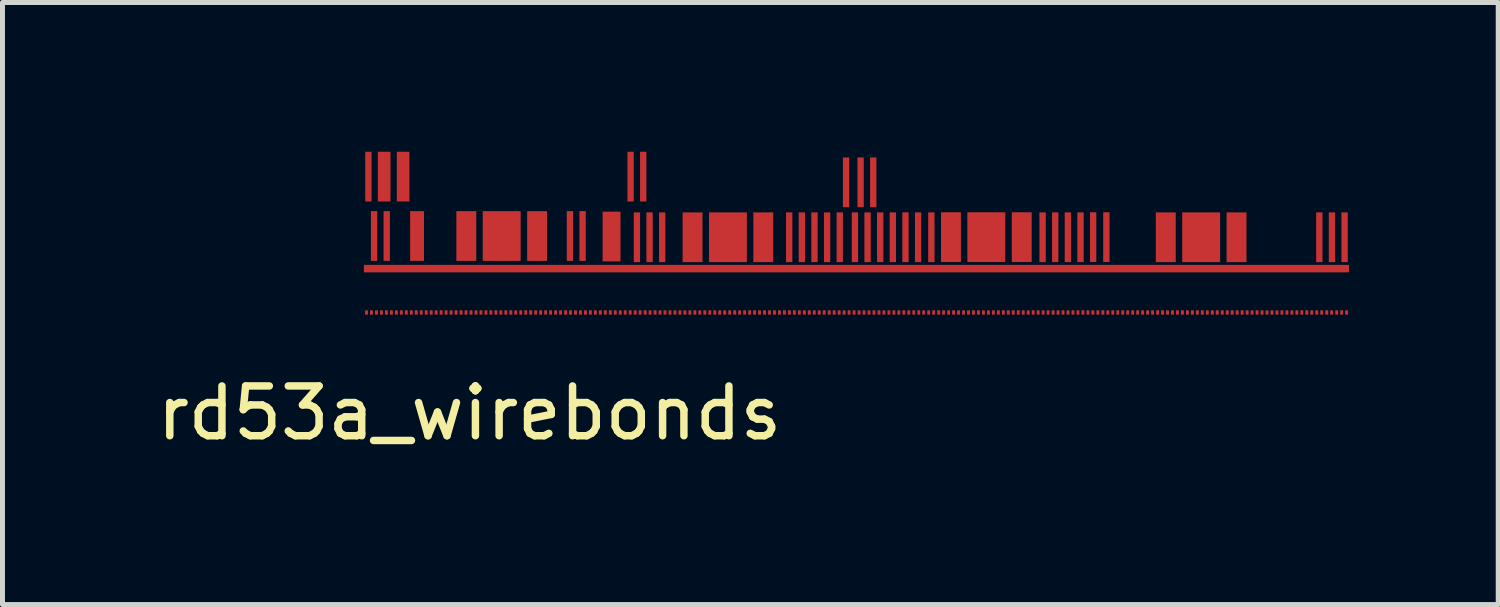
<source format=kicad_pcb>
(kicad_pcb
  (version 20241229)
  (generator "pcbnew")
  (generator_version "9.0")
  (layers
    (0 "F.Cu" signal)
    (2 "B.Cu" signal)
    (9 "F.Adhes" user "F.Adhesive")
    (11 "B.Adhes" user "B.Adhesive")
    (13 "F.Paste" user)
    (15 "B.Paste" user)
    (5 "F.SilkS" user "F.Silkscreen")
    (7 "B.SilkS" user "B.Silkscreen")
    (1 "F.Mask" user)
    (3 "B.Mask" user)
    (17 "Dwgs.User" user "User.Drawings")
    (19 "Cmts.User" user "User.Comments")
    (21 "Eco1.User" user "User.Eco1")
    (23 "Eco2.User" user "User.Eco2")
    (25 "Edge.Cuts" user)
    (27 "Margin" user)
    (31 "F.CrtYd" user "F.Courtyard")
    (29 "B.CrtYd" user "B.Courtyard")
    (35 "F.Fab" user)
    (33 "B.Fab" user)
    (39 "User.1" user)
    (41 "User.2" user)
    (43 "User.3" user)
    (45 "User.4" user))
  (footprint "rd53a_wirebonds"
    (layer "F.Cu")
    (at 4.342 2.583)
    (property "Reference" "rd53a_wirebonds" (at 2.045 2.67 0) (layer "F.SilkS") (effects (font (size 1 1) (thickness 0.15))))
    (attr through_hole)
    (pad "1" smd rect (at -0.025 0.648) (size 0.058 0.086) (layers "F.Cu" "F.Mask" "F.Paste"))
    (pad "1" smd rect (at 0.013 -2.083) (size 0.127 1) (layers "F.Cu" "F.Mask" "F.Paste"))
    (pad "1" smd rect (at 9.822 -0.234) (size 19.8 0.15) (layers "F.Cu" "F.Mask" "F.Paste"))
    (pad "2" smd rect (at 0.075 0.648) (size 0.058 0.086) (layers "F.Cu" "F.Mask" "F.Paste"))
    (pad "2" smd rect (at 0.33 -2.083) (size 0.254 1) (layers "F.Cu" "F.Mask" "F.Paste"))
    (pad "3" smd rect (at 0.175 0.648) (size 0.058 0.086) (layers "F.Cu" "F.Mask" "F.Paste"))
    (pad "4" smd rect (at 0.127 -0.889) (size 0.127 1) (layers "F.Cu" "F.Mask" "F.Paste"))
    (pad "4" smd rect (at 0.275 0.648) (size 0.058 0.086) (layers "F.Cu" "F.Mask" "F.Paste"))
    (pad "5" smd rect (at 0.375 0.648) (size 0.058 0.086) (layers "F.Cu" "F.Mask" "F.Paste"))
    (pad "5" smd rect (at 0.381 -0.889) (size 0.127 1) (layers "F.Cu" "F.Mask" "F.Paste"))
    (pad "6" smd rect (at 0.475 0.648) (size 0.058 0.086) (layers "F.Cu" "F.Mask" "F.Paste"))
    (pad "7" smd rect (at 0.575 0.648) (size 0.058 0.086) (layers "F.Cu" "F.Mask" "F.Paste"))
    (pad "8" smd rect (at 0.675 0.648) (size 0.058 0.086) (layers "F.Cu" "F.Mask" "F.Paste"))
    (pad "8" smd rect (at 0.711 -2.083) (size 0.254 1) (layers "F.Cu" "F.Mask" "F.Paste"))
    (pad "9" smd rect (at 0.775 0.648) (size 0.058 0.086) (layers "F.Cu" "F.Mask" "F.Paste"))
    (pad "10" smd rect (at 0.875 0.648) (size 0.058 0.086) (layers "F.Cu" "F.Mask" "F.Paste"))
    (pad "10" smd rect (at 0.991 -0.889) (size 0.279 1) (layers "F.Cu" "F.Mask" "F.Paste"))
    (pad "11" smd rect (at 0.975 0.648) (size 0.058 0.086) (layers "F.Cu" "F.Mask" "F.Paste"))
    (pad "12" smd rect (at 1.075 0.648) (size 0.058 0.086) (layers "F.Cu" "F.Mask" "F.Paste"))
    (pad "13" smd rect (at 1.175 0.648) (size 0.058 0.086) (layers "F.Cu" "F.Mask" "F.Paste"))
    (pad "14" smd rect (at 1.275 0.648) (size 0.058 0.086) (layers "F.Cu" "F.Mask" "F.Paste"))
    (pad "15" smd rect (at 1.375 0.648) (size 0.058 0.086) (layers "F.Cu" "F.Mask" "F.Paste"))
    (pad "16" smd rect (at 1.475 0.648) (size 0.058 0.086) (layers "F.Cu" "F.Mask" "F.Paste"))
    (pad "17" smd rect (at 1.575 0.648) (size 0.058 0.086) (layers "F.Cu" "F.Mask" "F.Paste"))
    (pad "18" smd rect (at 1.675 0.648) (size 0.058 0.086) (layers "F.Cu" "F.Mask" "F.Paste"))
    (pad "19" smd rect (at 1.775 0.648) (size 0.058 0.086) (layers "F.Cu" "F.Mask" "F.Paste"))
    (pad "20" smd rect (at 1.875 0.648) (size 0.058 0.086) (layers "F.Cu" "F.Mask" "F.Paste"))
    (pad "20" smd rect (at 1.981 -0.889) (size 0.4 1) (layers "F.Cu" "F.Mask" "F.Paste"))
    (pad "21" smd rect (at 1.975 0.648) (size 0.058 0.086) (layers "F.Cu" "F.Mask" "F.Paste"))
    (pad "22" smd rect (at 2.075 0.648) (size 0.058 0.086) (layers "F.Cu" "F.Mask" "F.Paste"))
    (pad "23" smd rect (at 2.175 0.648) (size 0.058 0.086) (layers "F.Cu" "F.Mask" "F.Paste"))
    (pad "24" smd rect (at 2.275 0.648) (size 0.058 0.086) (layers "F.Cu" "F.Mask" "F.Paste"))
    (pad "25" smd rect (at 2.375 0.648) (size 0.058 0.086) (layers "F.Cu" "F.Mask" "F.Paste"))
    (pad "25" smd rect (at 2.692 -0.889) (size 0.762 1) (layers "F.Cu" "F.Mask" "F.Paste"))
    (pad "26" smd rect (at 2.475 0.648) (size 0.058 0.086) (layers "F.Cu" "F.Mask" "F.Paste"))
    (pad "27" smd rect (at 2.575 0.648) (size 0.058 0.086) (layers "F.Cu" "F.Mask" "F.Paste"))
    (pad "28" smd rect (at 2.675 0.648) (size 0.058 0.086) (layers "F.Cu" "F.Mask" "F.Paste"))
    (pad "29" smd rect (at 2.775 0.648) (size 0.058 0.086) (layers "F.Cu" "F.Mask" "F.Paste"))
    (pad "30" smd rect (at 2.875 0.648) (size 0.058 0.086) (layers "F.Cu" "F.Mask" "F.Paste"))
    (pad "31" smd rect (at 2.975 0.648) (size 0.058 0.086) (layers "F.Cu" "F.Mask" "F.Paste"))
    (pad "32" smd rect (at 3.075 0.648) (size 0.058 0.086) (layers "F.Cu" "F.Mask" "F.Paste"))
    (pad "33" smd rect (at 3.175 0.648) (size 0.058 0.086) (layers "F.Cu" "F.Mask" "F.Paste"))
    (pad "33" smd rect (at 3.404 -0.889) (size 0.4 1) (layers "F.Cu" "F.Mask" "F.Paste"))
    (pad "34" smd rect (at 3.275 0.648) (size 0.058 0.086) (layers "F.Cu" "F.Mask" "F.Paste"))
    (pad "35" smd rect (at 3.375 0.648) (size 0.058 0.086) (layers "F.Cu" "F.Mask" "F.Paste"))
    (pad "36" smd rect (at 3.475 0.648) (size 0.058 0.086) (layers "F.Cu" "F.Mask" "F.Paste"))
    (pad "37" smd rect (at 3.575 0.648) (size 0.058 0.086) (layers "F.Cu" "F.Mask" "F.Paste"))
    (pad "38" smd rect (at 3.675 0.648) (size 0.058 0.086) (layers "F.Cu" "F.Mask" "F.Paste"))
    (pad "39" smd rect (at 3.775 0.648) (size 0.058 0.086) (layers "F.Cu" "F.Mask" "F.Paste"))
    (pad "40" smd rect (at 3.875 0.648) (size 0.058 0.086) (layers "F.Cu" "F.Mask" "F.Paste"))
    (pad "41" smd rect (at 3.975 0.648) (size 0.058 0.086) (layers "F.Cu" "F.Mask" "F.Paste"))
    (pad "42" smd rect (at 4.075 0.648) (size 0.058 0.086) (layers "F.Cu" "F.Mask" "F.Paste"))
    (pad "43" smd rect (at 4.064 -0.889) (size 0.127 1) (layers "F.Cu" "F.Mask" "F.Paste"))
    (pad "43" smd rect (at 4.175 0.648) (size 0.058 0.086) (layers "F.Cu" "F.Mask" "F.Paste"))
    (pad "44" smd rect (at 4.275 0.648) (size 0.058 0.086) (layers "F.Cu" "F.Mask" "F.Paste"))
    (pad "44" smd rect (at 4.318 -0.889) (size 0.127 1) (layers "F.Cu" "F.Mask" "F.Paste"))
    (pad "45" smd rect (at 4.375 0.648) (size 0.058 0.086) (layers "F.Cu" "F.Mask" "F.Paste"))
    (pad "46" smd rect (at 4.475 0.648) (size 0.058 0.086) (layers "F.Cu" "F.Mask" "F.Paste"))
    (pad "47" smd rect (at 4.575 0.648) (size 0.058 0.086) (layers "F.Cu" "F.Mask" "F.Paste"))
    (pad "48" smd rect (at 4.675 0.648) (size 0.058 0.086) (layers "F.Cu" "F.Mask" "F.Paste"))
    (pad "49" smd rect (at 4.775 0.648) (size 0.058 0.086) (layers "F.Cu" "F.Mask" "F.Paste"))
    (pad "50" smd rect (at 4.875 0.648) (size 0.058 0.086) (layers "F.Cu" "F.Mask" "F.Paste"))
    (pad "51" smd rect (at 4.975 0.648) (size 0.058 0.086) (layers "F.Cu" "F.Mask" "F.Paste"))
    (pad "52" smd rect (at 4.9 -0.879) (size 0.36 1) (layers "F.Cu" "F.Mask" "F.Paste"))
    (pad "52" smd rect (at 5.075 0.648) (size 0.058 0.086) (layers "F.Cu" "F.Mask" "F.Paste"))
    (pad "53" smd rect (at 5.175 0.648) (size 0.058 0.086) (layers "F.Cu" "F.Mask" "F.Paste"))
    (pad "54" smd rect (at 5.275 0.648) (size 0.058 0.086) (layers "F.Cu" "F.Mask" "F.Paste"))
    (pad "55" smd rect (at 5.283 -2.083) (size 0.127 1) (layers "F.Cu" "F.Mask" "F.Paste"))
    (pad "55" smd rect (at 5.375 0.648) (size 0.058 0.086) (layers "F.Cu" "F.Mask" "F.Paste"))
    (pad "56" smd rect (at 5.475 0.648) (size 0.058 0.086) (layers "F.Cu" "F.Mask" "F.Paste"))
    (pad "56" smd rect (at 5.537 -2.083) (size 0.127 1) (layers "F.Cu" "F.Mask" "F.Paste"))
    (pad "57" smd rect (at 5.41 -0.864) (size 0.127 1) (layers "F.Cu" "F.Mask" "F.Paste"))
    (pad "57" smd rect (at 5.575 0.648) (size 0.058 0.086) (layers "F.Cu" "F.Mask" "F.Paste"))
    (pad "58" smd rect (at 5.664 -0.864) (size 0.127 1) (layers "F.Cu" "F.Mask" "F.Paste"))
    (pad "58" smd rect (at 5.675 0.648) (size 0.058 0.086) (layers "F.Cu" "F.Mask" "F.Paste"))
    (pad "59" smd rect (at 5.775 0.648) (size 0.058 0.086) (layers "F.Cu" "F.Mask" "F.Paste"))
    (pad "59" smd rect (at 5.918 -0.864) (size 0.127 1) (layers "F.Cu" "F.Mask" "F.Paste"))
    (pad "60" smd rect (at 5.875 0.648) (size 0.058 0.086) (layers "F.Cu" "F.Mask" "F.Paste"))
    (pad "61" smd rect (at 5.975 0.648) (size 0.058 0.086) (layers "F.Cu" "F.Mask" "F.Paste"))
    (pad "62" smd rect (at 6.075 0.648) (size 0.058 0.086) (layers "F.Cu" "F.Mask" "F.Paste"))
    (pad "63" smd rect (at 6.175 0.648) (size 0.058 0.086) (layers "F.Cu" "F.Mask" "F.Paste"))
    (pad "64" smd rect (at 6.275 0.648) (size 0.058 0.086) (layers "F.Cu" "F.Mask" "F.Paste"))
    (pad "65" smd rect (at 6.375 0.648) (size 0.058 0.086) (layers "F.Cu" "F.Mask" "F.Paste"))
    (pad "65" smd rect (at 6.528 -0.864) (size 0.4 1) (layers "F.Cu" "F.Mask" "F.Paste"))
    (pad "66" smd rect (at 6.475 0.648) (size 0.058 0.086) (layers "F.Cu" "F.Mask" "F.Paste"))
    (pad "67" smd rect (at 6.575 0.648) (size 0.058 0.086) (layers "F.Cu" "F.Mask" "F.Paste"))
    (pad "68" smd rect (at 6.675 0.648) (size 0.058 0.086) (layers "F.Cu" "F.Mask" "F.Paste"))
    (pad "69" smd rect (at 6.775 0.648) (size 0.058 0.086) (layers "F.Cu" "F.Mask" "F.Paste"))
    (pad "70" smd rect (at 6.875 0.648) (size 0.058 0.086) (layers "F.Cu" "F.Mask" "F.Paste"))
    (pad "70" smd rect (at 7.239 -0.864) (size 0.762 1) (layers "F.Cu" "F.Mask" "F.Paste"))
    (pad "71" smd rect (at 6.975 0.648) (size 0.058 0.086) (layers "F.Cu" "F.Mask" "F.Paste"))
    (pad "72" smd rect (at 7.075 0.648) (size 0.058 0.086) (layers "F.Cu" "F.Mask" "F.Paste"))
    (pad "73" smd rect (at 7.175 0.648) (size 0.058 0.086) (layers "F.Cu" "F.Mask" "F.Paste"))
    (pad "74" smd rect (at 7.275 0.648) (size 0.058 0.086) (layers "F.Cu" "F.Mask" "F.Paste"))
    (pad "75" smd rect (at 7.375 0.648) (size 0.058 0.086) (layers "F.Cu" "F.Mask" "F.Paste"))
    (pad "76" smd rect (at 7.475 0.648) (size 0.058 0.086) (layers "F.Cu" "F.Mask" "F.Paste"))
    (pad "77" smd rect (at 7.575 0.648) (size 0.058 0.086) (layers "F.Cu" "F.Mask" "F.Paste"))
    (pad "78" smd rect (at 7.675 0.648) (size 0.058 0.086) (layers "F.Cu" "F.Mask" "F.Paste"))
    (pad "78" smd rect (at 7.95 -0.864) (size 0.4 1) (layers "F.Cu" "F.Mask" "F.Paste"))
    (pad "79" smd rect (at 7.775 0.648) (size 0.058 0.086) (layers "F.Cu" "F.Mask" "F.Paste"))
    (pad "80" smd rect (at 7.875 0.648) (size 0.058 0.086) (layers "F.Cu" "F.Mask" "F.Paste"))
    (pad "81" smd rect (at 7.975 0.648) (size 0.058 0.086) (layers "F.Cu" "F.Mask" "F.Paste"))
    (pad "82" smd rect (at 8.075 0.648) (size 0.058 0.086) (layers "F.Cu" "F.Mask" "F.Paste"))
    (pad "83" smd rect (at 8.175 0.648) (size 0.058 0.086) (layers "F.Cu" "F.Mask" "F.Paste"))
    (pad "84" smd rect (at 8.275 0.648) (size 0.058 0.086) (layers "F.Cu" "F.Mask" "F.Paste"))
    (pad "85" smd rect (at 8.375 0.648) (size 0.058 0.086) (layers "F.Cu" "F.Mask" "F.Paste"))
    (pad "86" smd rect (at 8.475 0.648) (size 0.058 0.086) (layers "F.Cu" "F.Mask" "F.Paste"))
    (pad "87" smd rect (at 8.575 0.648) (size 0.058 0.086) (layers "F.Cu" "F.Mask" "F.Paste"))
    (pad "88" smd rect (at 8.675 0.648) (size 0.058 0.086) (layers "F.Cu" "F.Mask" "F.Paste"))
    (pad "89" smd rect (at 8.471 -0.864) (size 0.127 1) (layers "F.Cu" "F.Mask" "F.Paste"))
    (pad "89" smd rect (at 8.775 0.648) (size 0.058 0.086) (layers "F.Cu" "F.Mask" "F.Paste"))
    (pad "90" smd rect (at 8.725 -0.864) (size 0.127 1) (layers "F.Cu" "F.Mask" "F.Paste"))
    (pad "90" smd rect (at 8.875 0.648) (size 0.058 0.086) (layers "F.Cu" "F.Mask" "F.Paste"))
    (pad "91" smd rect (at 8.975 0.648) (size 0.058 0.086) (layers "F.Cu" "F.Mask" "F.Paste"))
    (pad "91" smd rect (at 8.979 -0.864) (size 0.127 1) (layers "F.Cu" "F.Mask" "F.Paste"))
    (pad "92" smd rect (at 9.075 0.648) (size 0.058 0.086) (layers "F.Cu" "F.Mask" "F.Paste"))
    (pad "92" smd rect (at 9.233 -0.864) (size 0.127 1) (layers "F.Cu" "F.Mask" "F.Paste"))
    (pad "93" smd rect (at 9.175 0.648) (size 0.058 0.086) (layers "F.Cu" "F.Mask" "F.Paste"))
    (pad "93" smd rect (at 9.487 -0.864) (size 0.127 1) (layers "F.Cu" "F.Mask" "F.Paste"))
    (pad "94" smd rect (at 9.275 0.648) (size 0.058 0.086) (layers "F.Cu" "F.Mask" "F.Paste"))
    (pad "95" smd rect (at 9.375 0.648) (size 0.058 0.086) (layers "F.Cu" "F.Mask" "F.Paste"))
    (pad "96" smd rect (at 9.475 0.648) (size 0.058 0.086) (layers "F.Cu" "F.Mask" "F.Paste"))
    (pad "97" smd rect (at 9.575 0.648) (size 0.058 0.086) (layers "F.Cu" "F.Mask" "F.Paste"))
    (pad "97" smd rect (at 9.614 -1.968) (size 0.127 1) (layers "F.Cu" "F.Mask" "F.Paste"))
    (pad "98" smd rect (at 9.675 0.648) (size 0.058 0.086) (layers "F.Cu" "F.Mask" "F.Paste"))
    (pad "99" smd rect (at 9.775 0.648) (size 0.058 0.086) (layers "F.Cu" "F.Mask" "F.Paste"))
    (pad "99" smd rect (at 9.792 -0.864) (size 0.127 1) (layers "F.Cu" "F.Mask" "F.Paste"))
    (pad "100" smd rect (at 9.875 0.648) (size 0.058 0.086) (layers "F.Cu" "F.Mask" "F.Paste"))
    (pad "100" smd rect (at 10.046 -0.864) (size 0.127 1) (layers "F.Cu" "F.Mask" "F.Paste"))
    (pad "101" smd rect (at 9.975 0.648) (size 0.058 0.086) (layers "F.Cu" "F.Mask" "F.Paste"))
    (pad "102" smd rect (at 9.906 -1.968) (size 0.127 1) (layers "F.Cu" "F.Mask" "F.Paste"))
    (pad "102" smd rect (at 10.075 0.648) (size 0.058 0.086) (layers "F.Cu" "F.Mask" "F.Paste"))
    (pad "103" smd rect (at 10.16 -1.968) (size 0.127 1) (layers "F.Cu" "F.Mask" "F.Paste"))
    (pad "103" smd rect (at 10.175 0.648) (size 0.058 0.086) (layers "F.Cu" "F.Mask" "F.Paste"))
    (pad "104" smd rect (at 10.275 0.648) (size 0.058 0.086) (layers "F.Cu" "F.Mask" "F.Paste"))
    (pad "105" smd rect (at 10.3 -0.864) (size 0.127 1) (layers "F.Cu" "F.Mask" "F.Paste"))
    (pad "105" smd rect (at 10.375 0.648) (size 0.058 0.086) (layers "F.Cu" "F.Mask" "F.Paste"))
    (pad "106" smd rect (at 10.475 0.648) (size 0.058 0.086) (layers "F.Cu" "F.Mask" "F.Paste"))
    (pad "106" smd rect (at 10.554 -0.864) (size 0.127 1) (layers "F.Cu" "F.Mask" "F.Paste"))
    (pad "107" smd rect (at 10.575 0.648) (size 0.058 0.086) (layers "F.Cu" "F.Mask" "F.Paste"))
    (pad "108" smd rect (at 10.675 0.648) (size 0.058 0.086) (layers "F.Cu" "F.Mask" "F.Paste"))
    (pad "108" smd rect (at 10.808 -0.864) (size 0.127 1) (layers "F.Cu" "F.Mask" "F.Paste"))
    (pad "109" smd rect (at 10.775 0.648) (size 0.058 0.086) (layers "F.Cu" "F.Mask" "F.Paste"))
    (pad "109" smd rect (at 11.062 -0.864) (size 0.127 1) (layers "F.Cu" "F.Mask" "F.Paste"))
    (pad "110" smd rect (at 10.875 0.648) (size 0.058 0.086) (layers "F.Cu" "F.Mask" "F.Paste"))
    (pad "111" smd rect (at 10.975 0.648) (size 0.058 0.086) (layers "F.Cu" "F.Mask" "F.Paste"))
    (pad "111" smd rect (at 11.328 -0.864) (size 0.127 1) (layers "F.Cu" "F.Mask" "F.Paste"))
    (pad "112" smd rect (at 11.075 0.648) (size 0.058 0.086) (layers "F.Cu" "F.Mask" "F.Paste"))
    (pad "113" smd rect (at 11.175 0.648) (size 0.058 0.086) (layers "F.Cu" "F.Mask" "F.Paste"))
    (pad "114" smd rect (at 11.275 0.648) (size 0.058 0.086) (layers "F.Cu" "F.Mask" "F.Paste"))
    (pad "115" smd rect (at 11.375 0.648) (size 0.058 0.086) (layers "F.Cu" "F.Mask" "F.Paste"))
    (pad "116" smd rect (at 11.475 0.648) (size 0.058 0.086) (layers "F.Cu" "F.Mask" "F.Paste"))
    (pad "117" smd rect (at 11.575 0.648) (size 0.058 0.086) (layers "F.Cu" "F.Mask" "F.Paste"))
    (pad "117" smd rect (at 11.722 -0.866) (size 0.4 1) (layers "F.Cu" "F.Mask" "F.Paste"))
    (pad "118" smd rect (at 11.675 0.648) (size 0.058 0.086) (layers "F.Cu" "F.Mask" "F.Paste"))
    (pad "119" smd rect (at 11.775 0.648) (size 0.058 0.086) (layers "F.Cu" "F.Mask" "F.Paste"))
    (pad "120" smd rect (at 11.875 0.648) (size 0.058 0.086) (layers "F.Cu" "F.Mask" "F.Paste"))
    (pad "121" smd rect (at 11.975 0.648) (size 0.058 0.086) (layers "F.Cu" "F.Mask" "F.Paste"))
    (pad "122" smd rect (at 12.075 0.648) (size 0.058 0.086) (layers "F.Cu" "F.Mask" "F.Paste"))
    (pad "122" smd rect (at 12.433 -0.866) (size 0.762 1) (layers "F.Cu" "F.Mask" "F.Paste"))
    (pad "123" smd rect (at 12.175 0.648) (size 0.058 0.086) (layers "F.Cu" "F.Mask" "F.Paste"))
    (pad "124" smd rect (at 12.275 0.648) (size 0.058 0.086) (layers "F.Cu" "F.Mask" "F.Paste"))
    (pad "125" smd rect (at 12.375 0.648) (size 0.058 0.086) (layers "F.Cu" "F.Mask" "F.Paste"))
    (pad "126" smd rect (at 12.475 0.648) (size 0.058 0.086) (layers "F.Cu" "F.Mask" "F.Paste"))
    (pad "127" smd rect (at 12.575 0.648) (size 0.058 0.086) (layers "F.Cu" "F.Mask" "F.Paste"))
    (pad "128" smd rect (at 12.675 0.648) (size 0.058 0.086) (layers "F.Cu" "F.Mask" "F.Paste"))
    (pad "129" smd rect (at 12.775 0.648) (size 0.058 0.086) (layers "F.Cu" "F.Mask" "F.Paste"))
    (pad "130" smd rect (at 12.875 0.648) (size 0.058 0.086) (layers "F.Cu" "F.Mask" "F.Paste"))
    (pad "131" smd rect (at 12.975 0.648) (size 0.058 0.086) (layers "F.Cu" "F.Mask" "F.Paste"))
    (pad "132" smd rect (at 13.075 0.648) (size 0.058 0.086) (layers "F.Cu" "F.Mask" "F.Paste"))
    (pad "133" smd rect (at 13.175 0.648) (size 0.058 0.086) (layers "F.Cu" "F.Mask" "F.Paste"))
    (pad "134" smd rect (at 13.145 -0.866) (size 0.4 1) (layers "F.Cu" "F.Mask" "F.Paste"))
    (pad "134" smd rect (at 13.275 0.648) (size 0.058 0.086) (layers "F.Cu" "F.Mask" "F.Paste"))
    (pad "135" smd rect (at 13.375 0.648) (size 0.058 0.086) (layers "F.Cu" "F.Mask" "F.Paste"))
    (pad "136" smd rect (at 13.475 0.648) (size 0.058 0.086) (layers "F.Cu" "F.Mask" "F.Paste"))
    (pad "137" smd rect (at 13.575 0.648) (size 0.058 0.086) (layers "F.Cu" "F.Mask" "F.Paste"))
    (pad "138" smd rect (at 13.675 0.648) (size 0.058 0.086) (layers "F.Cu" "F.Mask" "F.Paste"))
    (pad "139" smd rect (at 13.775 0.648) (size 0.058 0.086) (layers "F.Cu" "F.Mask" "F.Paste"))
    (pad "140" smd rect (at 13.564 -0.864) (size 0.127 1) (layers "F.Cu" "F.Mask" "F.Paste"))
    (pad "140" smd rect (at 13.875 0.648) (size 0.058 0.086) (layers "F.Cu" "F.Mask" "F.Paste"))
    (pad "141" smd rect (at 13.818 -0.864) (size 0.127 1) (layers "F.Cu" "F.Mask" "F.Paste"))
    (pad "141" smd rect (at 13.975 0.648) (size 0.058 0.086) (layers "F.Cu" "F.Mask" "F.Paste"))
    (pad "142" smd rect (at 14.072 -0.864) (size 0.127 1) (layers "F.Cu" "F.Mask" "F.Paste"))
    (pad "142" smd rect (at 14.075 0.648) (size 0.058 0.086) (layers "F.Cu" "F.Mask" "F.Paste"))
    (pad "143" smd rect (at 14.175 0.648) (size 0.058 0.086) (layers "F.Cu" "F.Mask" "F.Paste"))
    (pad "143" smd rect (at 14.326 -0.864) (size 0.127 1) (layers "F.Cu" "F.Mask" "F.Paste"))
    (pad "144" smd rect (at 14.275 0.648) (size 0.058 0.086) (layers "F.Cu" "F.Mask" "F.Paste"))
    (pad "144" smd rect (at 14.58 -0.866) (size 0.127 1) (layers "F.Cu" "F.Mask" "F.Paste"))
    (pad "145" smd rect (at 14.375 0.648) (size 0.058 0.086) (layers "F.Cu" "F.Mask" "F.Paste"))
    (pad "146" smd rect (at 14.475 0.648) (size 0.058 0.086) (layers "F.Cu" "F.Mask" "F.Paste"))
    (pad "147" smd rect (at 14.575 0.648) (size 0.058 0.086) (layers "F.Cu" "F.Mask" "F.Paste"))
    (pad "148" smd rect (at 14.675 0.648) (size 0.058 0.086) (layers "F.Cu" "F.Mask" "F.Paste"))
    (pad "149" smd rect (at 14.775 0.648) (size 0.058 0.086) (layers "F.Cu" "F.Mask" "F.Paste"))
    (pad "149" smd rect (at 14.846 -0.866) (size 0.127 1) (layers "F.Cu" "F.Mask" "F.Paste"))
    (pad "150" smd rect (at 14.875 0.648) (size 0.058 0.086) (layers "F.Cu" "F.Mask" "F.Paste"))
    (pad "151" smd rect (at 14.975 0.648) (size 0.058 0.086) (layers "F.Cu" "F.Mask" "F.Paste"))
    (pad "152" smd rect (at 15.075 0.648) (size 0.058 0.086) (layers "F.Cu" "F.Mask" "F.Paste"))
    (pad "153" smd rect (at 15.175 0.648) (size 0.058 0.086) (layers "F.Cu" "F.Mask" "F.Paste"))
    (pad "154" smd rect (at 15.275 0.648) (size 0.058 0.086) (layers "F.Cu" "F.Mask" "F.Paste"))
    (pad "155" smd rect (at 15.375 0.648) (size 0.058 0.086) (layers "F.Cu" "F.Mask" "F.Paste"))
    (pad "156" smd rect (at 15.475 0.648) (size 0.058 0.086) (layers "F.Cu" "F.Mask" "F.Paste"))
    (pad "157" smd rect (at 15.575 0.648) (size 0.058 0.086) (layers "F.Cu" "F.Mask" "F.Paste"))
    (pad "158" smd rect (at 15.675 0.648) (size 0.058 0.086) (layers "F.Cu" "F.Mask" "F.Paste"))
    (pad "159" smd rect (at 15.775 0.648) (size 0.058 0.086) (layers "F.Cu" "F.Mask" "F.Paste"))
    (pad "160" smd rect (at 15.875 0.648) (size 0.058 0.086) (layers "F.Cu" "F.Mask" "F.Paste"))
    (pad "161" smd rect (at 15.975 0.648) (size 0.058 0.086) (layers "F.Cu" "F.Mask" "F.Paste"))
    (pad "161" smd rect (at 16.04 -0.864) (size 0.4 1) (layers "F.Cu" "F.Mask" "F.Paste"))
    (pad "162" smd rect (at 16.075 0.648) (size 0.058 0.086) (layers "F.Cu" "F.Mask" "F.Paste"))
    (pad "163" smd rect (at 16.175 0.648) (size 0.058 0.086) (layers "F.Cu" "F.Mask" "F.Paste"))
    (pad "164" smd rect (at 16.275 0.648) (size 0.058 0.086) (layers "F.Cu" "F.Mask" "F.Paste"))
    (pad "165" smd rect (at 16.375 0.648) (size 0.058 0.086) (layers "F.Cu" "F.Mask" "F.Paste"))
    (pad "166" smd rect (at 16.475 0.648) (size 0.058 0.086) (layers "F.Cu" "F.Mask" "F.Paste"))
    (pad "166" smd rect (at 16.751 -0.864) (size 0.762 1) (layers "F.Cu" "F.Mask" "F.Paste"))
    (pad "167" smd rect (at 16.575 0.648) (size 0.058 0.086) (layers "F.Cu" "F.Mask" "F.Paste"))
    (pad "168" smd rect (at 16.675 0.648) (size 0.058 0.086) (layers "F.Cu" "F.Mask" "F.Paste"))
    (pad "169" smd rect (at 16.775 0.648) (size 0.058 0.086) (layers "F.Cu" "F.Mask" "F.Paste"))
    (pad "170" smd rect (at 16.875 0.648) (size 0.058 0.086) (layers "F.Cu" "F.Mask" "F.Paste"))
    (pad "171" smd rect (at 16.975 0.648) (size 0.058 0.086) (layers "F.Cu" "F.Mask" "F.Paste"))
    (pad "172" smd rect (at 17.075 0.648) (size 0.058 0.086) (layers "F.Cu" "F.Mask" "F.Paste"))
    (pad "173" smd rect (at 17.175 0.648) (size 0.058 0.086) (layers "F.Cu" "F.Mask" "F.Paste"))
    (pad "174" smd rect (at 17.275 0.648) (size 0.058 0.086) (layers "F.Cu" "F.Mask" "F.Paste"))
    (pad "174" smd rect (at 17.462 -0.864) (size 0.4 1) (layers "F.Cu" "F.Mask" "F.Paste"))
    (pad "175" smd rect (at 17.375 0.648) (size 0.058 0.086) (layers "F.Cu" "F.Mask" "F.Paste"))
    (pad "176" smd rect (at 17.475 0.648) (size 0.058 0.086) (layers "F.Cu" "F.Mask" "F.Paste"))
    (pad "177" smd rect (at 17.575 0.648) (size 0.058 0.086) (layers "F.Cu" "F.Mask" "F.Paste"))
    (pad "178" smd rect (at 17.675 0.648) (size 0.058 0.086) (layers "F.Cu" "F.Mask" "F.Paste"))
    (pad "179" smd rect (at 17.775 0.648) (size 0.058 0.086) (layers "F.Cu" "F.Mask" "F.Paste"))
    (pad "180" smd rect (at 17.875 0.648) (size 0.058 0.086) (layers "F.Cu" "F.Mask" "F.Paste"))
    (pad "181" smd rect (at 17.975 0.648) (size 0.058 0.086) (layers "F.Cu" "F.Mask" "F.Paste"))
    (pad "182" smd rect (at 18.075 0.648) (size 0.058 0.086) (layers "F.Cu" "F.Mask" "F.Paste"))
    (pad "183" smd rect (at 18.175 0.648) (size 0.058 0.086) (layers "F.Cu" "F.Mask" "F.Paste"))
    (pad "184" smd rect (at 18.275 0.648) (size 0.058 0.086) (layers "F.Cu" "F.Mask" "F.Paste"))
    (pad "185" smd rect (at 18.375 0.648) (size 0.058 0.086) (layers "F.Cu" "F.Mask" "F.Paste"))
    (pad "186" smd rect (at 18.475 0.648) (size 0.058 0.086) (layers "F.Cu" "F.Mask" "F.Paste"))
    (pad "187" smd rect (at 18.575 0.648) (size 0.058 0.086) (layers "F.Cu" "F.Mask" "F.Paste"))
    (pad "188" smd rect (at 18.675 0.648) (size 0.058 0.086) (layers "F.Cu" "F.Mask" "F.Paste"))
    (pad "189" smd rect (at 18.775 0.648) (size 0.058 0.086) (layers "F.Cu" "F.Mask" "F.Paste"))
    (pad "190" smd rect (at 18.875 0.648) (size 0.058 0.086) (layers "F.Cu" "F.Mask" "F.Paste"))
    (pad "191" smd rect (at 18.975 0.648) (size 0.058 0.086) (layers "F.Cu" "F.Mask" "F.Paste"))
    (pad "192" smd rect (at 19.075 0.648) (size 0.058 0.086) (layers "F.Cu" "F.Mask" "F.Paste"))
    (pad "193" smd rect (at 19.175 0.648) (size 0.058 0.086) (layers "F.Cu" "F.Mask" "F.Paste"))
    (pad "194" smd rect (at 19.126 -0.864) (size 0.127 1) (layers "F.Cu" "F.Mask" "F.Paste"))
    (pad "194" smd rect (at 19.275 0.648) (size 0.058 0.086) (layers "F.Cu" "F.Mask" "F.Paste"))
    (pad "195" smd rect (at 19.375 0.648) (size 0.058 0.086) (layers "F.Cu" "F.Mask" "F.Paste"))
    (pad "195" smd rect (at 19.38 -0.864) (size 0.127 1) (layers "F.Cu" "F.Mask" "F.Paste"))
    (pad "196" smd rect (at 19.475 0.648) (size 0.058 0.086) (layers "F.Cu" "F.Mask" "F.Paste"))
    (pad "197" smd rect (at 19.575 0.648) (size 0.058 0.086) (layers "F.Cu" "F.Mask" "F.Paste"))
    (pad "198" smd rect (at 19.634 -0.864) (size 0.127 1) (layers "F.Cu" "F.Mask" "F.Paste"))
    (pad "198" smd rect (at 19.675 0.648) (size 0.058 0.086) (layers "F.Cu" "F.Mask" "F.Paste")))
  (gr_rect
    (start -3 -3)
    (end 27.064 9.101)
    (stroke (width 0.1) (type default))
    (fill no)
    (layer "Edge.Cuts")))
</source>
